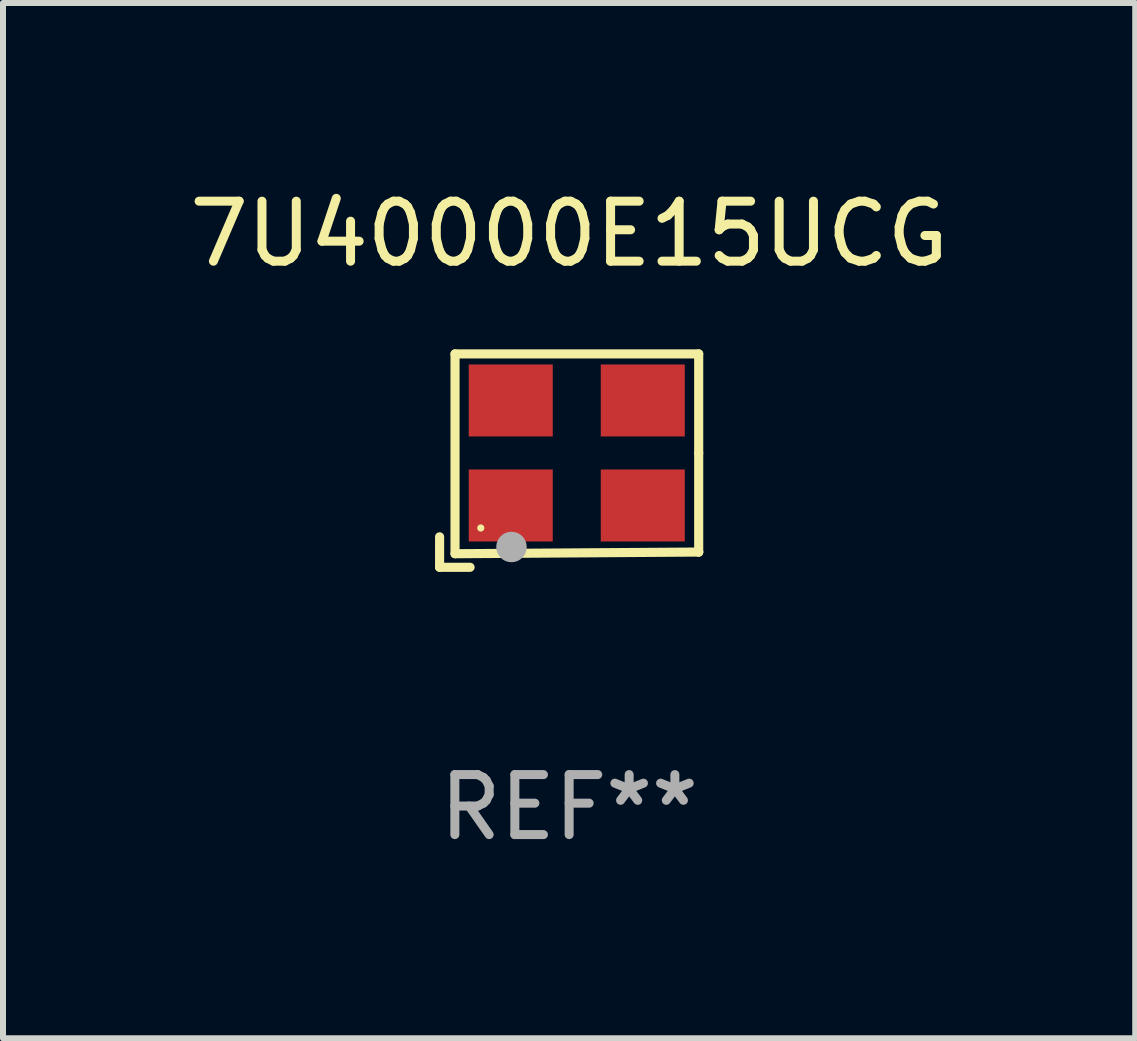
<source format=kicad_pcb>
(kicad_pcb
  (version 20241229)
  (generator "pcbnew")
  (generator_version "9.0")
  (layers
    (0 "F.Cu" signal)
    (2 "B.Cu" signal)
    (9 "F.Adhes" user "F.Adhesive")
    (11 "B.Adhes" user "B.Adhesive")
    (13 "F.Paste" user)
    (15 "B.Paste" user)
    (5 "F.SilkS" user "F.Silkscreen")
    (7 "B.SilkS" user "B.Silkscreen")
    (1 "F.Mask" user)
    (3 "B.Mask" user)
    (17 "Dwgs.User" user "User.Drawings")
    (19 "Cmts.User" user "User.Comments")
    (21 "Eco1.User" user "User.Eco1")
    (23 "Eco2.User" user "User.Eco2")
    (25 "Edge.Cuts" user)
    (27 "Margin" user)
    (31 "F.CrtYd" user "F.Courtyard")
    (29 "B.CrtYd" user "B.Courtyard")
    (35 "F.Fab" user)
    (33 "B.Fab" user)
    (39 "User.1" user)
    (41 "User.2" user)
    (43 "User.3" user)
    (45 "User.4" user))
  (footprint "7U40000E15UCG"
    (layer "F.Cu")
    (at 6.435 4.626)
    (property "Reference" "7U40000E15UCG" (at 0 -3.778 0) (layer "F.SilkS") (effects (font (size 1 1) (thickness 0.15))))
    (attr through_hole)
    (fp_line (start -2.159 1.27) (end -2.159 1.778) (stroke (width 0.152) (type solid)) (layer "F.SilkS"))
    (fp_line (start -2.159 1.778) (end -1.651 1.778) (stroke (width 0.152) (type solid)) (layer "F.SilkS"))
    (fp_line (start -1.902 -1.778) (end 2.159 -1.778) (stroke (width 0.152) (type solid)) (layer "F.SilkS"))
    (fp_line (start -1.902 1.552) (end -1.902 -1.778) (stroke (width 0.152) (type solid)) (layer "F.SilkS"))
    (fp_line (start 2.159 -1.778) (end 2.159 -0.127) (stroke (width 0.152) (type solid)) (layer "F.SilkS"))
    (fp_line (start 2.159 -0.127) (end 2.159 1.524) (stroke (width 0.152) (type solid)) (layer "F.SilkS"))
    (fp_line (start 2.159 1.524) (end -1.902 1.552) (stroke (width 0.152) (type solid)) (layer "F.SilkS"))
    (fp_line (start 2.159 1.524) (end 2.159 1.524) (stroke (width 0.152) (type solid)) (layer "F.SilkS"))
    (fp_circle (center -1.473 1.123) (end -1.443 1.123) (stroke (width 0.06) (type solid)) (fill no) (layer "F.SilkS"))
    (fp_circle (center -0.961 1.44) (end -0.834 1.44) (stroke (width 0.254) (type solid)) (fill no) (layer "F.Fab"))
    (fp_text user "REF**" (at 0 5.778 0) (layer "F.Fab") (effects (font (size 1 1) (thickness 0.15))))
    (pad "1" smd rect (at -0.973 0.748) (size 1.4 1.2) (layers "F.Cu" "F.Mask" "F.Paste"))
    (pad "2" smd rect (at 1.227 0.748) (size 1.4 1.2) (layers "F.Cu" "F.Mask" "F.Paste"))
    (pad "3" smd rect (at 1.227 -1.002) (size 1.4 1.2) (layers "F.Cu" "F.Mask" "F.Paste"))
    (pad "4" smd rect (at -0.973 -1.002) (size 1.4 1.2) (layers "F.Cu" "F.Mask" "F.Paste")))
  (gr_rect
    (start -3 -3)
    (end 15.869 14.253)
    (stroke (width 0.1) (type default))
    (fill no)
    (layer "Edge.Cuts")))
</source>
